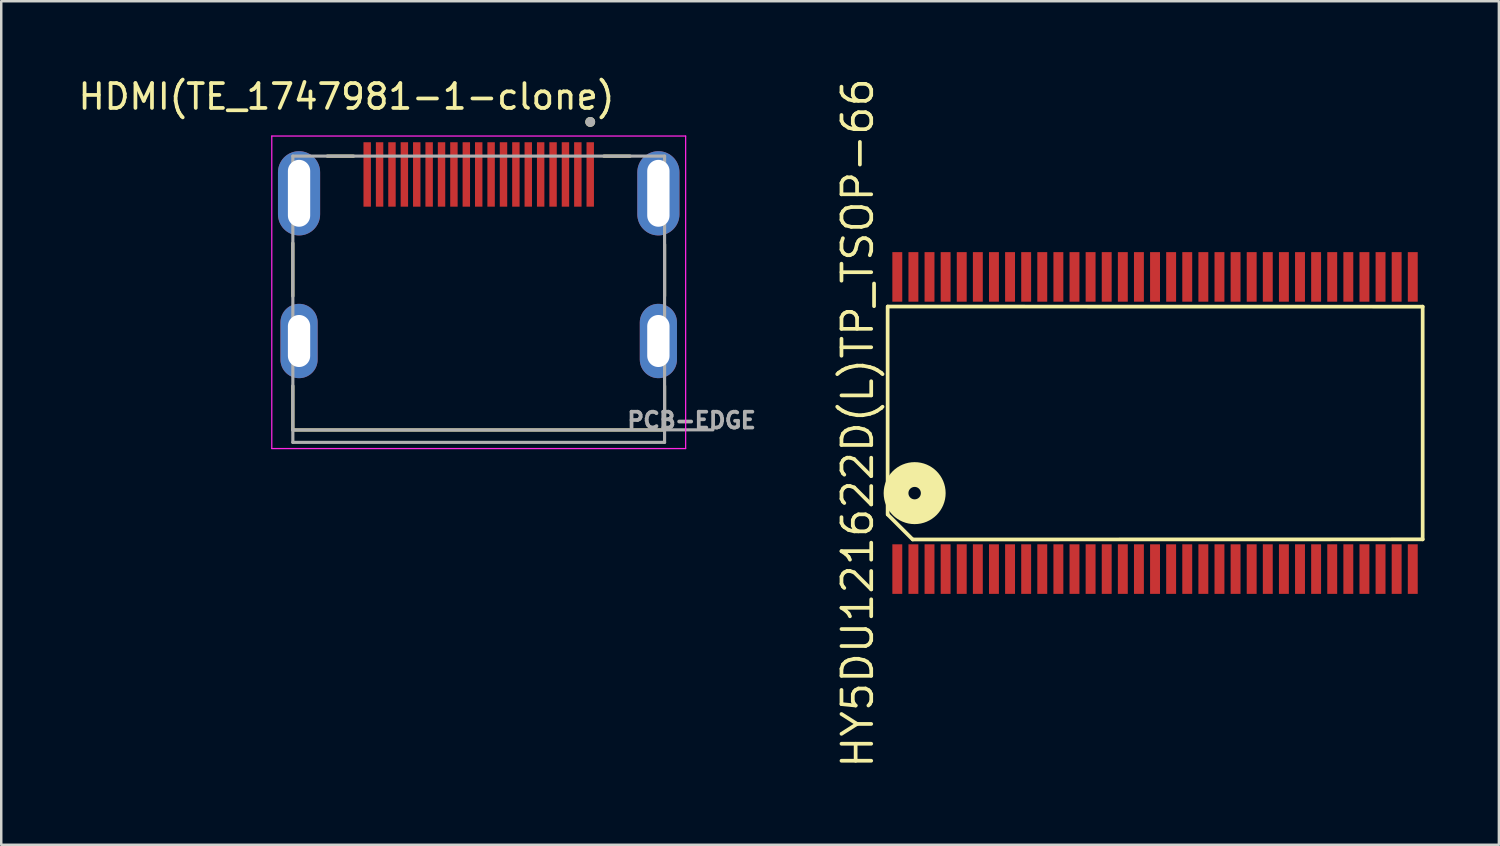
<source format=kicad_pcb>
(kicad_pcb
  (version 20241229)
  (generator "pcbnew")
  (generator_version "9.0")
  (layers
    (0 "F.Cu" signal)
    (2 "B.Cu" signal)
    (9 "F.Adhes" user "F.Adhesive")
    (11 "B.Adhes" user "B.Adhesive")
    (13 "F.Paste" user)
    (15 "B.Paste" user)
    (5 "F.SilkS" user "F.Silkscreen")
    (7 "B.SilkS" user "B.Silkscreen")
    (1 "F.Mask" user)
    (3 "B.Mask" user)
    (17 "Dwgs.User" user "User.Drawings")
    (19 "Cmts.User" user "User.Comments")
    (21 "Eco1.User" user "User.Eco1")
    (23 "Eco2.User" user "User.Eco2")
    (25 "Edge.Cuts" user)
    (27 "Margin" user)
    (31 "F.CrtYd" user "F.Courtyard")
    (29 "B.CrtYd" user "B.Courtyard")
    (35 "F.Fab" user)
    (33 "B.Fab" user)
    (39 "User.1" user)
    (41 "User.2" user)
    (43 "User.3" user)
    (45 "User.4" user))
  (footprint "HDMI(TE_1747981-1-clone)"
    (layer "F.Cu")
    (at 16.267 4.75)
    (property "Reference" "HDMI(TE_1747981-1-clone)" (at -5.335 -3.901 0) (layer "F.SilkS") (effects (font (size 1.002 1.002) (thickness 0.15))))
    (attr through_hole)
    (fp_line (start -7.5 2.01) (end -7.5 4.15) (stroke (width 0.127) (type solid)) (layer "F.SilkS"))
    (fp_line (start -7.5 7.77) (end -7.5 9.55) (stroke (width 0.127) (type solid)) (layer "F.SilkS"))
    (fp_line (start -7.5 9.55) (end 7.5 9.55) (stroke (width 0.127) (type solid)) (layer "F.SilkS"))
    (fp_line (start -6.11 -1.5) (end -5.05 -1.5) (stroke (width 0.127) (type solid)) (layer "F.SilkS"))
    (fp_line (start 6.11 -1.5) (end 5.05 -1.5) (stroke (width 0.127) (type solid)) (layer "F.SilkS"))
    (fp_line (start 7.5 2.06) (end 7.5 4.15) (stroke (width 0.127) (type solid)) (layer "F.SilkS"))
    (fp_line (start 7.5 9.55) (end 7.5 7.77) (stroke (width 0.127) (type solid)) (layer "F.SilkS"))
    (fp_circle (center 4.5 -2.88) (end 4.6 -2.88) (stroke (width 0.2) (type solid)) (fill no) (layer "F.SilkS"))
    (fp_line (start -8.35 -2.31) (end 8.35 -2.31) (stroke (width 0.05) (type solid)) (layer "F.CrtYd"))
    (fp_line (start -8.35 10.3) (end -8.35 -2.31) (stroke (width 0.05) (type solid)) (layer "F.CrtYd"))
    (fp_line (start 8.35 -2.31) (end 8.35 10.3) (stroke (width 0.05) (type solid)) (layer "F.CrtYd"))
    (fp_line (start 8.35 10.3) (end -8.35 10.3) (stroke (width 0.05) (type solid)) (layer "F.CrtYd"))
    (fp_line (start -7.5 -1.5) (end 7.5 -1.5) (stroke (width 0.127) (type solid)) (layer "F.Fab"))
    (fp_line (start -7.5 9.55) (end -7.5 -1.5) (stroke (width 0.127) (type solid)) (layer "F.Fab"))
    (fp_line (start -7.5 9.55) (end 7.5 9.55) (stroke (width 0.127) (type solid)) (layer "F.Fab"))
    (fp_line (start -7.5 10.05) (end -7.5 9.55) (stroke (width 0.127) (type solid)) (layer "F.Fab"))
    (fp_line (start 7.5 -1.5) (end 7.5 9.545) (stroke (width 0.127) (type solid)) (layer "F.Fab"))
    (fp_line (start 7.5 9.545) (end 7.5 9.55) (stroke (width 0.127) (type solid)) (layer "F.Fab"))
    (fp_line (start 7.5 9.545) (end 9.45 9.545) (stroke (width 0.127) (type solid)) (layer "F.Fab"))
    (fp_line (start 7.5 9.55) (end 7.5 10.05) (stroke (width 0.127) (type solid)) (layer "F.Fab"))
    (fp_line (start 7.5 10.05) (end -7.5 10.05) (stroke (width 0.127) (type solid)) (layer "F.Fab"))
    (fp_circle (center 4.5 -2.88) (end 4.6 -2.88) (stroke (width 0.2) (type solid)) (fill no) (layer "F.Fab"))
    (fp_text user "PCB-EDGE" (at 8.59 9.165 0) (layer "F.Fab") (effects (font (size 0.64 0.64) (thickness 0.15))))
    (pad "1" smd rect (at 4.5 -0.76) (size 0.3 2.6) (layers "F.Cu" "F.Mask" "F.Paste"))
    (pad "2" smd rect (at 4 -0.76) (size 0.3 2.6) (layers "F.Cu" "F.Mask" "F.Paste"))
    (pad "3" smd rect (at 3.5 -0.76) (size 0.3 2.6) (layers "F.Cu" "F.Mask" "F.Paste"))
    (pad "4" smd rect (at 3 -0.76) (size 0.3 2.6) (layers "F.Cu" "F.Mask" "F.Paste"))
    (pad "5" smd rect (at 2.5 -0.76) (size 0.3 2.6) (layers "F.Cu" "F.Mask" "F.Paste"))
    (pad "6" smd rect (at 2 -0.76) (size 0.3 2.6) (layers "F.Cu" "F.Mask" "F.Paste"))
    (pad "7" smd rect (at 1.5 -0.76) (size 0.3 2.6) (layers "F.Cu" "F.Mask" "F.Paste"))
    (pad "8" smd rect (at 1 -0.76) (size 0.3 2.6) (layers "F.Cu" "F.Mask" "F.Paste"))
    (pad "9" smd rect (at 0.5 -0.76) (size 0.3 2.6) (layers "F.Cu" "F.Mask" "F.Paste"))
    (pad "10" smd rect (at 0 -0.76) (size 0.3 2.6) (layers "F.Cu" "F.Mask" "F.Paste"))
    (pad "11" smd rect (at -0.5 -0.76) (size 0.3 2.6) (layers "F.Cu" "F.Mask" "F.Paste"))
    (pad "12" smd rect (at -1 -0.76) (size 0.3 2.6) (layers "F.Cu" "F.Mask" "F.Paste"))
    (pad "13" smd rect (at -1.5 -0.76) (size 0.3 2.6) (layers "F.Cu" "F.Mask" "F.Paste"))
    (pad "14" smd rect (at -2 -0.76) (size 0.3 2.6) (layers "F.Cu" "F.Mask" "F.Paste"))
    (pad "15" smd rect (at -2.5 -0.76) (size 0.3 2.6) (layers "F.Cu" "F.Mask" "F.Paste"))
    (pad "16" smd rect (at -3 -0.76) (size 0.3 2.6) (layers "F.Cu" "F.Mask" "F.Paste"))
    (pad "17" smd rect (at -3.5 -0.76) (size 0.3 2.6) (layers "F.Cu" "F.Mask" "F.Paste"))
    (pad "18" smd rect (at -4 -0.76) (size 0.3 2.6) (layers "F.Cu" "F.Mask" "F.Paste"))
    (pad "19" smd rect (at -4.5 -0.76) (size 0.3 2.6) (layers "F.Cu" "F.Mask" "F.Paste"))
    (pad "SH1" thru_hole oval (at -7.25 0) (size 1.7 3.4) (drill oval 0.9 2.7) (layers "*.Cu" "*.Mask"))
    (pad "SH2" thru_hole oval (at -7.25 5.96) (size 1.5 3) (drill oval 0.9 2.1) (layers "*.Cu" "*.Mask"))
    (pad "SH3" thru_hole oval (at 7.25 0) (size 1.7 3.4) (drill oval 0.9 2.7) (layers "*.Cu" "*.Mask"))
    (pad "SH4" thru_hole oval (at 7.25 5.96) (size 1.5 3) (drill oval 0.9 2.1) (layers "*.Cu" "*.Mask")))
  (footprint "HY5DU121622D(L)TP_TSOP-66"
    (layer "F.Cu")
    (at 43.558 14.019)
    (property "Reference" "HY5DU121622D(L)TP_TSOP-66" (at -12 0 90) (layer "F.SilkS") (effects (font (size 1.2 1.2) (thickness 0.15))))
    (attr through_hole)
    (fp_line (start -10.79 -4.7) (end -10.79 3.69) (stroke (width 0.15) (type solid)) (layer "F.SilkS"))
    (fp_line (start -10.78 3.7) (end -9.78 4.7) (stroke (width 0.15) (type solid)) (layer "F.SilkS"))
    (fp_line (start -9.77 4.7) (end 10.8 4.695) (stroke (width 0.15) (type solid)) (layer "F.SilkS"))
    (fp_line (start 10.8 -4.695) (end -10.78 -4.7) (stroke (width 0.15) (type solid)) (layer "F.SilkS"))
    (fp_line (start 10.8 4.695) (end 10.8 -4.695) (stroke (width 0.15) (type solid)) (layer "F.SilkS"))
    (fp_circle (center -9.7 2.83) (end -9.82 3.05) (stroke (width 1) (type solid)) (fill no) (layer "F.SilkS"))
    (pad "1" smd rect (at -10.4 5.895) (size 0.4 2) (layers "F.Cu" "F.Mask" "F.Paste"))
    (pad "2" smd rect (at -9.75 5.895) (size 0.4 2) (layers "F.Cu" "F.Mask" "F.Paste"))
    (pad "3" smd rect (at -9.1 5.895) (size 0.4 2) (layers "F.Cu" "F.Mask" "F.Paste"))
    (pad "4" smd rect (at -8.45 5.895) (size 0.4 2) (layers "F.Cu" "F.Mask" "F.Paste"))
    (pad "5" smd rect (at -7.8 5.895) (size 0.4 2) (layers "F.Cu" "F.Mask" "F.Paste"))
    (pad "6" smd rect (at -7.15 5.895) (size 0.4 2) (layers "F.Cu" "F.Mask" "F.Paste"))
    (pad "7" smd rect (at -6.5 5.895) (size 0.4 2) (layers "F.Cu" "F.Mask" "F.Paste"))
    (pad "8" smd rect (at -5.85 5.895) (size 0.4 2) (layers "F.Cu" "F.Mask" "F.Paste"))
    (pad "9" smd rect (at -5.2 5.895) (size 0.4 2) (layers "F.Cu" "F.Mask" "F.Paste"))
    (pad "10" smd rect (at -4.55 5.895) (size 0.4 2) (layers "F.Cu" "F.Mask" "F.Paste"))
    (pad "11" smd rect (at -3.9 5.895) (size 0.4 2) (layers "F.Cu" "F.Mask" "F.Paste"))
    (pad "12" smd rect (at -3.25 5.895) (size 0.4 2) (layers "F.Cu" "F.Mask" "F.Paste"))
    (pad "13" smd rect (at -2.6 5.895) (size 0.4 2) (layers "F.Cu" "F.Mask" "F.Paste"))
    (pad "14" smd rect (at -1.95 5.895) (size 0.4 2) (layers "F.Cu" "F.Mask" "F.Paste"))
    (pad "15" smd rect (at -1.3 5.895) (size 0.4 2) (layers "F.Cu" "F.Mask" "F.Paste"))
    (pad "16" smd rect (at -0.65 5.895) (size 0.4 2) (layers "F.Cu" "F.Mask" "F.Paste"))
    (pad "17" smd rect (at 0 5.895) (size 0.4 2) (layers "F.Cu" "F.Mask" "F.Paste"))
    (pad "18" smd rect (at 0.65 5.895) (size 0.4 2) (layers "F.Cu" "F.Mask" "F.Paste"))
    (pad "19" smd rect (at 1.3 5.895) (size 0.4 2) (layers "F.Cu" "F.Mask" "F.Paste"))
    (pad "20" smd rect (at 1.95 5.895) (size 0.4 2) (layers "F.Cu" "F.Mask" "F.Paste"))
    (pad "21" smd rect (at 2.6 5.895) (size 0.4 2) (layers "F.Cu" "F.Mask" "F.Paste"))
    (pad "22" smd rect (at 3.25 5.895) (size 0.4 2) (layers "F.Cu" "F.Mask" "F.Paste"))
    (pad "23" smd rect (at 3.9 5.895) (size 0.4 2) (layers "F.Cu" "F.Mask" "F.Paste"))
    (pad "24" smd rect (at 4.55 5.895) (size 0.4 2) (layers "F.Cu" "F.Mask" "F.Paste"))
    (pad "25" smd rect (at 5.2 5.895) (size 0.4 2) (layers "F.Cu" "F.Mask" "F.Paste"))
    (pad "26" smd rect (at 5.85 5.895) (size 0.4 2) (layers "F.Cu" "F.Mask" "F.Paste"))
    (pad "27" smd rect (at 6.5 5.895) (size 0.4 2) (layers "F.Cu" "F.Mask" "F.Paste"))
    (pad "28" smd rect (at 7.15 5.895) (size 0.4 2) (layers "F.Cu" "F.Mask" "F.Paste"))
    (pad "29" smd rect (at 7.8 5.895) (size 0.4 2) (layers "F.Cu" "F.Mask" "F.Paste"))
    (pad "30" smd rect (at 8.45 5.895) (size 0.4 2) (layers "F.Cu" "F.Mask" "F.Paste"))
    (pad "31" smd rect (at 9.1 5.895) (size 0.4 2) (layers "F.Cu" "F.Mask" "F.Paste"))
    (pad "32" smd rect (at 9.75 5.895) (size 0.4 2) (layers "F.Cu" "F.Mask" "F.Paste"))
    (pad "33" smd rect (at 10.4 5.895) (size 0.4 2) (layers "F.Cu" "F.Mask" "F.Paste"))
    (pad "34" smd rect (at 10.4 -5.895) (size 0.4 2) (layers "F.Cu" "F.Mask" "F.Paste"))
    (pad "35" smd rect (at 9.75 -5.895) (size 0.4 2) (layers "F.Cu" "F.Mask" "F.Paste"))
    (pad "36" smd rect (at 9.1 -5.895) (size 0.4 2) (layers "F.Cu" "F.Mask" "F.Paste"))
    (pad "37" smd rect (at 8.45 -5.895) (size 0.4 2) (layers "F.Cu" "F.Mask" "F.Paste"))
    (pad "38" smd rect (at 7.8 -5.895) (size 0.4 2) (layers "F.Cu" "F.Mask" "F.Paste"))
    (pad "39" smd rect (at 7.15 -5.895) (size 0.4 2) (layers "F.Cu" "F.Mask" "F.Paste"))
    (pad "40" smd rect (at 6.5 -5.895) (size 0.4 2) (layers "F.Cu" "F.Mask" "F.Paste"))
    (pad "41" smd rect (at 5.85 -5.895) (size 0.4 2) (layers "F.Cu" "F.Mask" "F.Paste"))
    (pad "42" smd rect (at 5.2 -5.895) (size 0.4 2) (layers "F.Cu" "F.Mask" "F.Paste"))
    (pad "43" smd rect (at 4.55 -5.895) (size 0.4 2) (layers "F.Cu" "F.Mask" "F.Paste"))
    (pad "44" smd rect (at 3.9 -5.895) (size 0.4 2) (layers "F.Cu" "F.Mask" "F.Paste"))
    (pad "45" smd rect (at 3.25 -5.895) (size 0.4 2) (layers "F.Cu" "F.Mask" "F.Paste"))
    (pad "46" smd rect (at 2.6 -5.895) (size 0.4 2) (layers "F.Cu" "F.Mask" "F.Paste"))
    (pad "47" smd rect (at 1.95 -5.895) (size 0.4 2) (layers "F.Cu" "F.Mask" "F.Paste"))
    (pad "48" smd rect (at 1.3 -5.895) (size 0.4 2) (layers "F.Cu" "F.Mask" "F.Paste"))
    (pad "49" smd rect (at 0.65 -5.895) (size 0.4 2) (layers "F.Cu" "F.Mask" "F.Paste"))
    (pad "50" smd rect (at 0 -5.895) (size 0.4 2) (layers "F.Cu" "F.Mask" "F.Paste"))
    (pad "51" smd rect (at -0.65 -5.895) (size 0.4 2) (layers "F.Cu" "F.Mask" "F.Paste"))
    (pad "52" smd rect (at -1.3 -5.895) (size 0.4 2) (layers "F.Cu" "F.Mask" "F.Paste"))
    (pad "53" smd rect (at -1.95 -5.895) (size 0.4 2) (layers "F.Cu" "F.Mask" "F.Paste"))
    (pad "54" smd rect (at -2.6 -5.895) (size 0.4 2) (layers "F.Cu" "F.Mask" "F.Paste"))
    (pad "55" smd rect (at -3.25 -5.895) (size 0.4 2) (layers "F.Cu" "F.Mask" "F.Paste"))
    (pad "56" smd rect (at -3.9 -5.895) (size 0.4 2) (layers "F.Cu" "F.Mask" "F.Paste"))
    (pad "57" smd rect (at -4.55 -5.895) (size 0.4 2) (layers "F.Cu" "F.Mask" "F.Paste"))
    (pad "58" smd rect (at -5.2 -5.895) (size 0.4 2) (layers "F.Cu" "F.Mask" "F.Paste"))
    (pad "59" smd rect (at -5.85 -5.895) (size 0.4 2) (layers "F.Cu" "F.Mask" "F.Paste"))
    (pad "60" smd rect (at -6.5 -5.895) (size 0.4 2) (layers "F.Cu" "F.Mask" "F.Paste"))
    (pad "61" smd rect (at -7.15 -5.895) (size 0.4 2) (layers "F.Cu" "F.Mask" "F.Paste"))
    (pad "62" smd rect (at -7.8 -5.895) (size 0.4 2) (layers "F.Cu" "F.Mask" "F.Paste"))
    (pad "63" smd rect (at -8.45 -5.895) (size 0.4 2) (layers "F.Cu" "F.Mask" "F.Paste"))
    (pad "64" smd rect (at -9.1 -5.895) (size 0.4 2) (layers "F.Cu" "F.Mask" "F.Paste"))
    (pad "65" smd rect (at -9.75 -5.895) (size 0.4 2) (layers "F.Cu" "F.Mask" "F.Paste"))
    (pad "66" smd rect (at -10.4 -5.895) (size 0.4 2) (layers "F.Cu" "F.Mask" "F.Paste")))
  (gr_rect
    (start -3 -3)
    (end 57.433 31.039)
    (stroke (width 0.1) (type default))
    (fill no)
    (layer "Edge.Cuts")))
</source>
